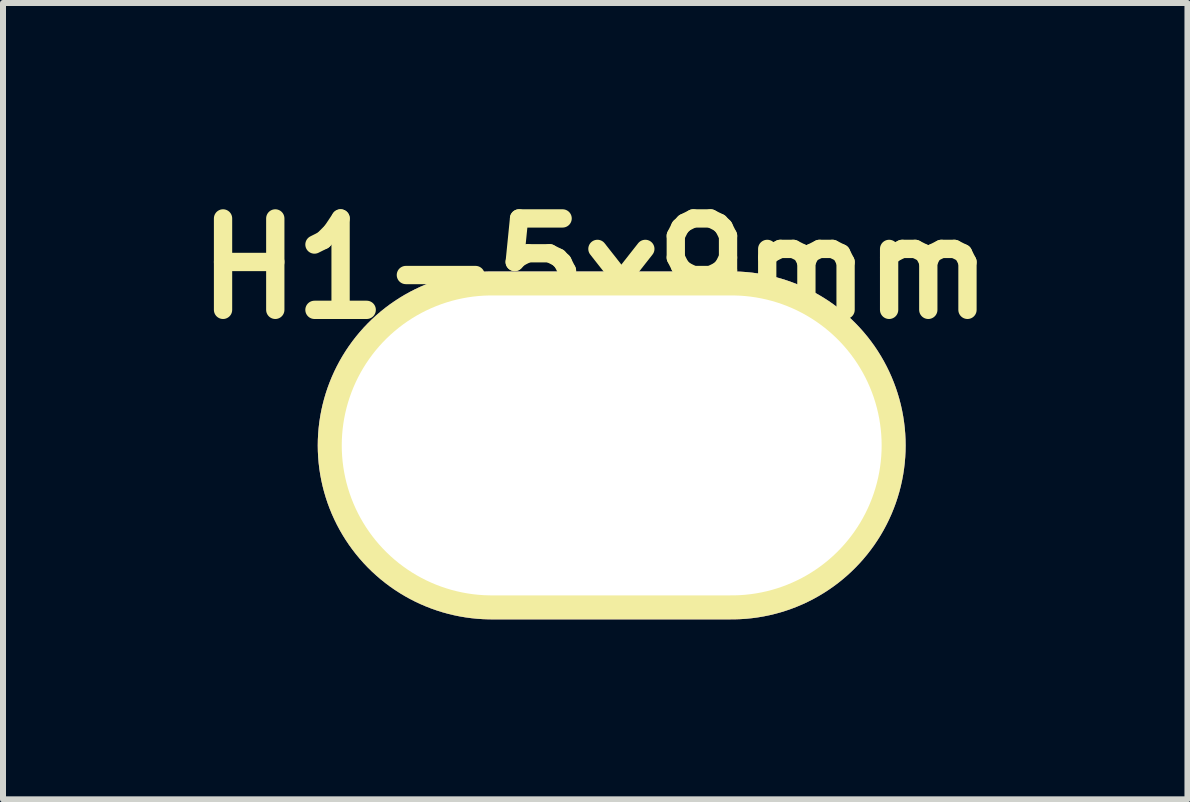
<source format=kicad_pcb>
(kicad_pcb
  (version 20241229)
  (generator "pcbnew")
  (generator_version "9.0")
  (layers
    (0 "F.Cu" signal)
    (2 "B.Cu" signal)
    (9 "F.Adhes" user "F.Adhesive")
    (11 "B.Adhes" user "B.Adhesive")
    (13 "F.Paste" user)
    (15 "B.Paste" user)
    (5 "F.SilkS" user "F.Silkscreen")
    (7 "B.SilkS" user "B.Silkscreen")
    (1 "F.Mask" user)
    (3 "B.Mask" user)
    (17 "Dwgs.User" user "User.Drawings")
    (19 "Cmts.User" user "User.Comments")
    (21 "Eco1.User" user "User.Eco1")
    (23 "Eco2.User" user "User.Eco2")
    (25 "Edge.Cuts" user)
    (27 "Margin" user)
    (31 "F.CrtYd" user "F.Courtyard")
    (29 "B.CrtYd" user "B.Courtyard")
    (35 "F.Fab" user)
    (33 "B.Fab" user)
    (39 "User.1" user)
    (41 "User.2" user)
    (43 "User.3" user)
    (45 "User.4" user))
  (footprint "H1-5x9mm"
    (layer "F.Cu")
    (at 7.147 4.375)
    (property "Reference" "H1-5x9mm" (at -0.274 -2.949 0) (layer "F.SilkS") (effects (font (size 1.524 1.524) (thickness 0.305))))
    (attr through_hole)
    (pad "" thru_hole oval (at 0 0) (size 9.8 5.8) (drill oval 9 5) (layers "*.Cu" "*.Mask" "F.SilkS")))
  (gr_rect
    (start -3 -3)
    (end 16.745 10.275)
    (stroke (width 0.1) (type default))
    (fill no)
    (layer "Edge.Cuts")))
</source>
